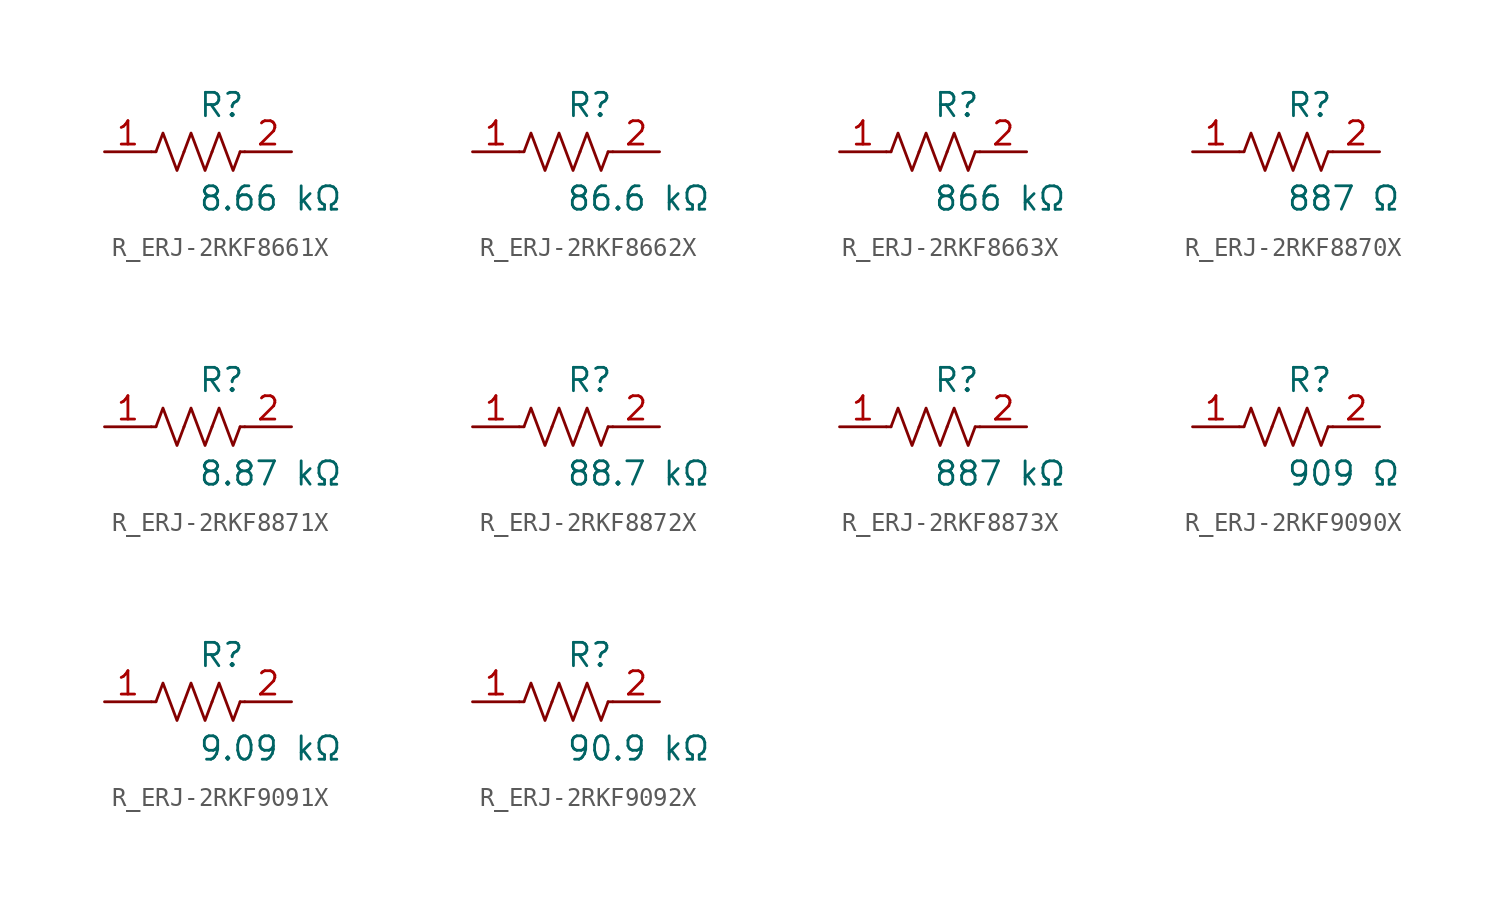
<source format=kicad_sym>
(kicad_symbol_lib
  (version 20231120)
  (generator kicad_symbol_editor)
  (generator_version 8.0)
  (symbol "R_ERJ-2RKF8661X"
    (pin_names
      (offset 0.254))
    (property "Reference" "R"
      (at 0 2.54 0)
      (effects (font (size 1.27 1.27)) (justify left)))
    (property "Value" "8.66 kΩ"
      (at 0 -2.54 0)
      (effects (font (size 1.27 1.27)) (justify left)))
    (symbol "R_ERJ-2RKF8661X_0_1"
      (polyline (pts (xy 2.286 0) (xy 2.54 0)) (stroke (width 0) (type default)) (fill (type none)))
      (polyline (pts (xy -2.286 0) (xy -2.54 0)) (stroke (width 0) (type default)) (fill (type none)))
      (polyline (pts (xy 0.762 0) (xy 1.143 1.016) (xy 1.524 0) (xy 1.905 -1.016) (xy 2.286 0)) (stroke (width 0) (type default)) (fill (type none)))
      (polyline (pts (xy -0.762 0) (xy -0.381 1.016) (xy 0 0) (xy 0.381 -1.016) (xy 0.762 0)) (stroke (width 0) (type default)) (fill (type none)))
      (polyline (pts (xy -2.286 0) (xy -1.905 1.016) (xy -1.524 0) (xy -1.143 -1.016) (xy -0.762 0)) (stroke (width 0) (type default)) (fill (type none))))
    (pin unspecified line
      (at -5.08 0 0)
      (length 2.54)
      (name "" (effects (font (size 1.27 1.27))))
      (number "1" (effects (font (size 1.27 1.27)))))
    (pin unspecified line
      (at 5.08 0 180)
      (length 2.54)
      (name "" (effects (font (size 1.27 1.27))))
      (number "2" (effects (font (size 1.27 1.27))))))
  (symbol "R_ERJ-2RKF8662X"
    (pin_names
      (offset 0.254))
    (property "Reference" "R"
      (at 0 2.54 0)
      (effects (font (size 1.27 1.27)) (justify left)))
    (property "Value" "86.6 kΩ"
      (at 0 -2.54 0)
      (effects (font (size 1.27 1.27)) (justify left)))
    (symbol "R_ERJ-2RKF8662X_0_1"
      (polyline (pts (xy 2.286 0) (xy 2.54 0)) (stroke (width 0) (type default)) (fill (type none)))
      (polyline (pts (xy -2.286 0) (xy -2.54 0)) (stroke (width 0) (type default)) (fill (type none)))
      (polyline (pts (xy 0.762 0) (xy 1.143 1.016) (xy 1.524 0) (xy 1.905 -1.016) (xy 2.286 0)) (stroke (width 0) (type default)) (fill (type none)))
      (polyline (pts (xy -0.762 0) (xy -0.381 1.016) (xy 0 0) (xy 0.381 -1.016) (xy 0.762 0)) (stroke (width 0) (type default)) (fill (type none)))
      (polyline (pts (xy -2.286 0) (xy -1.905 1.016) (xy -1.524 0) (xy -1.143 -1.016) (xy -0.762 0)) (stroke (width 0) (type default)) (fill (type none))))
    (pin unspecified line
      (at -5.08 0 0)
      (length 2.54)
      (name "" (effects (font (size 1.27 1.27))))
      (number "1" (effects (font (size 1.27 1.27)))))
    (pin unspecified line
      (at 5.08 0 180)
      (length 2.54)
      (name "" (effects (font (size 1.27 1.27))))
      (number "2" (effects (font (size 1.27 1.27))))))
  (symbol "R_ERJ-2RKF8663X"
    (pin_names
      (offset 0.254))
    (property "Reference" "R"
      (at 0 2.54 0)
      (effects (font (size 1.27 1.27)) (justify left)))
    (property "Value" "866 kΩ"
      (at 0 -2.54 0)
      (effects (font (size 1.27 1.27)) (justify left)))
    (symbol "R_ERJ-2RKF8663X_0_1"
      (polyline (pts (xy 2.286 0) (xy 2.54 0)) (stroke (width 0) (type default)) (fill (type none)))
      (polyline (pts (xy -2.286 0) (xy -2.54 0)) (stroke (width 0) (type default)) (fill (type none)))
      (polyline (pts (xy 0.762 0) (xy 1.143 1.016) (xy 1.524 0) (xy 1.905 -1.016) (xy 2.286 0)) (stroke (width 0) (type default)) (fill (type none)))
      (polyline (pts (xy -0.762 0) (xy -0.381 1.016) (xy 0 0) (xy 0.381 -1.016) (xy 0.762 0)) (stroke (width 0) (type default)) (fill (type none)))
      (polyline (pts (xy -2.286 0) (xy -1.905 1.016) (xy -1.524 0) (xy -1.143 -1.016) (xy -0.762 0)) (stroke (width 0) (type default)) (fill (type none))))
    (pin unspecified line
      (at -5.08 0 0)
      (length 2.54)
      (name "" (effects (font (size 1.27 1.27))))
      (number "1" (effects (font (size 1.27 1.27)))))
    (pin unspecified line
      (at 5.08 0 180)
      (length 2.54)
      (name "" (effects (font (size 1.27 1.27))))
      (number "2" (effects (font (size 1.27 1.27))))))
  (symbol "R_ERJ-2RKF8870X"
    (pin_names
      (offset 0.254))
    (property "Reference" "R"
      (at 0 2.54 0)
      (effects (font (size 1.27 1.27)) (justify left)))
    (property "Value" "887 Ω"
      (at 0 -2.54 0)
      (effects (font (size 1.27 1.27)) (justify left)))
    (symbol "R_ERJ-2RKF8870X_0_1"
      (polyline (pts (xy 2.286 0) (xy 2.54 0)) (stroke (width 0) (type default)) (fill (type none)))
      (polyline (pts (xy -2.286 0) (xy -2.54 0)) (stroke (width 0) (type default)) (fill (type none)))
      (polyline (pts (xy 0.762 0) (xy 1.143 1.016) (xy 1.524 0) (xy 1.905 -1.016) (xy 2.286 0)) (stroke (width 0) (type default)) (fill (type none)))
      (polyline (pts (xy -0.762 0) (xy -0.381 1.016) (xy 0 0) (xy 0.381 -1.016) (xy 0.762 0)) (stroke (width 0) (type default)) (fill (type none)))
      (polyline (pts (xy -2.286 0) (xy -1.905 1.016) (xy -1.524 0) (xy -1.143 -1.016) (xy -0.762 0)) (stroke (width 0) (type default)) (fill (type none))))
    (pin unspecified line
      (at -5.08 0 0)
      (length 2.54)
      (name "" (effects (font (size 1.27 1.27))))
      (number "1" (effects (font (size 1.27 1.27)))))
    (pin unspecified line
      (at 5.08 0 180)
      (length 2.54)
      (name "" (effects (font (size 1.27 1.27))))
      (number "2" (effects (font (size 1.27 1.27))))))
  (symbol "R_ERJ-2RKF8871X"
    (pin_names
      (offset 0.254))
    (property "Reference" "R"
      (at 0 2.54 0)
      (effects (font (size 1.27 1.27)) (justify left)))
    (property "Value" "8.87 kΩ"
      (at 0 -2.54 0)
      (effects (font (size 1.27 1.27)) (justify left)))
    (symbol "R_ERJ-2RKF8871X_0_1"
      (polyline (pts (xy 2.286 0) (xy 2.54 0)) (stroke (width 0) (type default)) (fill (type none)))
      (polyline (pts (xy -2.286 0) (xy -2.54 0)) (stroke (width 0) (type default)) (fill (type none)))
      (polyline (pts (xy 0.762 0) (xy 1.143 1.016) (xy 1.524 0) (xy 1.905 -1.016) (xy 2.286 0)) (stroke (width 0) (type default)) (fill (type none)))
      (polyline (pts (xy -0.762 0) (xy -0.381 1.016) (xy 0 0) (xy 0.381 -1.016) (xy 0.762 0)) (stroke (width 0) (type default)) (fill (type none)))
      (polyline (pts (xy -2.286 0) (xy -1.905 1.016) (xy -1.524 0) (xy -1.143 -1.016) (xy -0.762 0)) (stroke (width 0) (type default)) (fill (type none))))
    (pin unspecified line
      (at -5.08 0 0)
      (length 2.54)
      (name "" (effects (font (size 1.27 1.27))))
      (number "1" (effects (font (size 1.27 1.27)))))
    (pin unspecified line
      (at 5.08 0 180)
      (length 2.54)
      (name "" (effects (font (size 1.27 1.27))))
      (number "2" (effects (font (size 1.27 1.27))))))
  (symbol "R_ERJ-2RKF8872X"
    (pin_names
      (offset 0.254))
    (property "Reference" "R"
      (at 0 2.54 0)
      (effects (font (size 1.27 1.27)) (justify left)))
    (property "Value" "88.7 kΩ"
      (at 0 -2.54 0)
      (effects (font (size 1.27 1.27)) (justify left)))
    (symbol "R_ERJ-2RKF8872X_0_1"
      (polyline (pts (xy 2.286 0) (xy 2.54 0)) (stroke (width 0) (type default)) (fill (type none)))
      (polyline (pts (xy -2.286 0) (xy -2.54 0)) (stroke (width 0) (type default)) (fill (type none)))
      (polyline (pts (xy 0.762 0) (xy 1.143 1.016) (xy 1.524 0) (xy 1.905 -1.016) (xy 2.286 0)) (stroke (width 0) (type default)) (fill (type none)))
      (polyline (pts (xy -0.762 0) (xy -0.381 1.016) (xy 0 0) (xy 0.381 -1.016) (xy 0.762 0)) (stroke (width 0) (type default)) (fill (type none)))
      (polyline (pts (xy -2.286 0) (xy -1.905 1.016) (xy -1.524 0) (xy -1.143 -1.016) (xy -0.762 0)) (stroke (width 0) (type default)) (fill (type none))))
    (pin unspecified line
      (at -5.08 0 0)
      (length 2.54)
      (name "" (effects (font (size 1.27 1.27))))
      (number "1" (effects (font (size 1.27 1.27)))))
    (pin unspecified line
      (at 5.08 0 180)
      (length 2.54)
      (name "" (effects (font (size 1.27 1.27))))
      (number "2" (effects (font (size 1.27 1.27))))))
  (symbol "R_ERJ-2RKF8873X"
    (pin_names
      (offset 0.254))
    (property "Reference" "R"
      (at 0 2.54 0)
      (effects (font (size 1.27 1.27)) (justify left)))
    (property "Value" "887 kΩ"
      (at 0 -2.54 0)
      (effects (font (size 1.27 1.27)) (justify left)))
    (symbol "R_ERJ-2RKF8873X_0_1"
      (polyline (pts (xy 2.286 0) (xy 2.54 0)) (stroke (width 0) (type default)) (fill (type none)))
      (polyline (pts (xy -2.286 0) (xy -2.54 0)) (stroke (width 0) (type default)) (fill (type none)))
      (polyline (pts (xy 0.762 0) (xy 1.143 1.016) (xy 1.524 0) (xy 1.905 -1.016) (xy 2.286 0)) (stroke (width 0) (type default)) (fill (type none)))
      (polyline (pts (xy -0.762 0) (xy -0.381 1.016) (xy 0 0) (xy 0.381 -1.016) (xy 0.762 0)) (stroke (width 0) (type default)) (fill (type none)))
      (polyline (pts (xy -2.286 0) (xy -1.905 1.016) (xy -1.524 0) (xy -1.143 -1.016) (xy -0.762 0)) (stroke (width 0) (type default)) (fill (type none))))
    (pin unspecified line
      (at -5.08 0 0)
      (length 2.54)
      (name "" (effects (font (size 1.27 1.27))))
      (number "1" (effects (font (size 1.27 1.27)))))
    (pin unspecified line
      (at 5.08 0 180)
      (length 2.54)
      (name "" (effects (font (size 1.27 1.27))))
      (number "2" (effects (font (size 1.27 1.27))))))
  (symbol "R_ERJ-2RKF9090X"
    (pin_names
      (offset 0.254))
    (property "Reference" "R"
      (at 0 2.54 0)
      (effects (font (size 1.27 1.27)) (justify left)))
    (property "Value" "909 Ω"
      (at 0 -2.54 0)
      (effects (font (size 1.27 1.27)) (justify left)))
    (symbol "R_ERJ-2RKF9090X_0_1"
      (polyline (pts (xy 2.286 0) (xy 2.54 0)) (stroke (width 0) (type default)) (fill (type none)))
      (polyline (pts (xy -2.286 0) (xy -2.54 0)) (stroke (width 0) (type default)) (fill (type none)))
      (polyline (pts (xy 0.762 0) (xy 1.143 1.016) (xy 1.524 0) (xy 1.905 -1.016) (xy 2.286 0)) (stroke (width 0) (type default)) (fill (type none)))
      (polyline (pts (xy -0.762 0) (xy -0.381 1.016) (xy 0 0) (xy 0.381 -1.016) (xy 0.762 0)) (stroke (width 0) (type default)) (fill (type none)))
      (polyline (pts (xy -2.286 0) (xy -1.905 1.016) (xy -1.524 0) (xy -1.143 -1.016) (xy -0.762 0)) (stroke (width 0) (type default)) (fill (type none))))
    (pin unspecified line
      (at -5.08 0 0)
      (length 2.54)
      (name "" (effects (font (size 1.27 1.27))))
      (number "1" (effects (font (size 1.27 1.27)))))
    (pin unspecified line
      (at 5.08 0 180)
      (length 2.54)
      (name "" (effects (font (size 1.27 1.27))))
      (number "2" (effects (font (size 1.27 1.27))))))
  (symbol "R_ERJ-2RKF9091X"
    (pin_names
      (offset 0.254))
    (property "Reference" "R"
      (at 0 2.54 0)
      (effects (font (size 1.27 1.27)) (justify left)))
    (property "Value" "9.09 kΩ"
      (at 0 -2.54 0)
      (effects (font (size 1.27 1.27)) (justify left)))
    (symbol "R_ERJ-2RKF9091X_0_1"
      (polyline (pts (xy 2.286 0) (xy 2.54 0)) (stroke (width 0) (type default)) (fill (type none)))
      (polyline (pts (xy -2.286 0) (xy -2.54 0)) (stroke (width 0) (type default)) (fill (type none)))
      (polyline (pts (xy 0.762 0) (xy 1.143 1.016) (xy 1.524 0) (xy 1.905 -1.016) (xy 2.286 0)) (stroke (width 0) (type default)) (fill (type none)))
      (polyline (pts (xy -0.762 0) (xy -0.381 1.016) (xy 0 0) (xy 0.381 -1.016) (xy 0.762 0)) (stroke (width 0) (type default)) (fill (type none)))
      (polyline (pts (xy -2.286 0) (xy -1.905 1.016) (xy -1.524 0) (xy -1.143 -1.016) (xy -0.762 0)) (stroke (width 0) (type default)) (fill (type none))))
    (pin unspecified line
      (at -5.08 0 0)
      (length 2.54)
      (name "" (effects (font (size 1.27 1.27))))
      (number "1" (effects (font (size 1.27 1.27)))))
    (pin unspecified line
      (at 5.08 0 180)
      (length 2.54)
      (name "" (effects (font (size 1.27 1.27))))
      (number "2" (effects (font (size 1.27 1.27))))))
  (symbol "R_ERJ-2RKF9092X"
    (pin_names
      (offset 0.254))
    (property "Reference" "R"
      (at 0 2.54 0)
      (effects (font (size 1.27 1.27)) (justify left)))
    (property "Value" "90.9 kΩ"
      (at 0 -2.54 0)
      (effects (font (size 1.27 1.27)) (justify left)))
    (symbol "R_ERJ-2RKF9092X_0_1"
      (polyline (pts (xy 2.286 0) (xy 2.54 0)) (stroke (width 0) (type default)) (fill (type none)))
      (polyline (pts (xy -2.286 0) (xy -2.54 0)) (stroke (width 0) (type default)) (fill (type none)))
      (polyline (pts (xy 0.762 0) (xy 1.143 1.016) (xy 1.524 0) (xy 1.905 -1.016) (xy 2.286 0)) (stroke (width 0) (type default)) (fill (type none)))
      (polyline (pts (xy -0.762 0) (xy -0.381 1.016) (xy 0 0) (xy 0.381 -1.016) (xy 0.762 0)) (stroke (width 0) (type default)) (fill (type none)))
      (polyline (pts (xy -2.286 0) (xy -1.905 1.016) (xy -1.524 0) (xy -1.143 -1.016) (xy -0.762 0)) (stroke (width 0) (type default)) (fill (type none))))
    (pin unspecified line
      (at -5.08 0 0)
      (length 2.54)
      (name "" (effects (font (size 1.27 1.27))))
      (number "1" (effects (font (size 1.27 1.27)))))
    (pin unspecified line
      (at 5.08 0 180)
      (length 2.54)
      (name "" (effects (font (size 1.27 1.27))))
      (number "2" (effects (font (size 1.27 1.27)))))))
</source>
